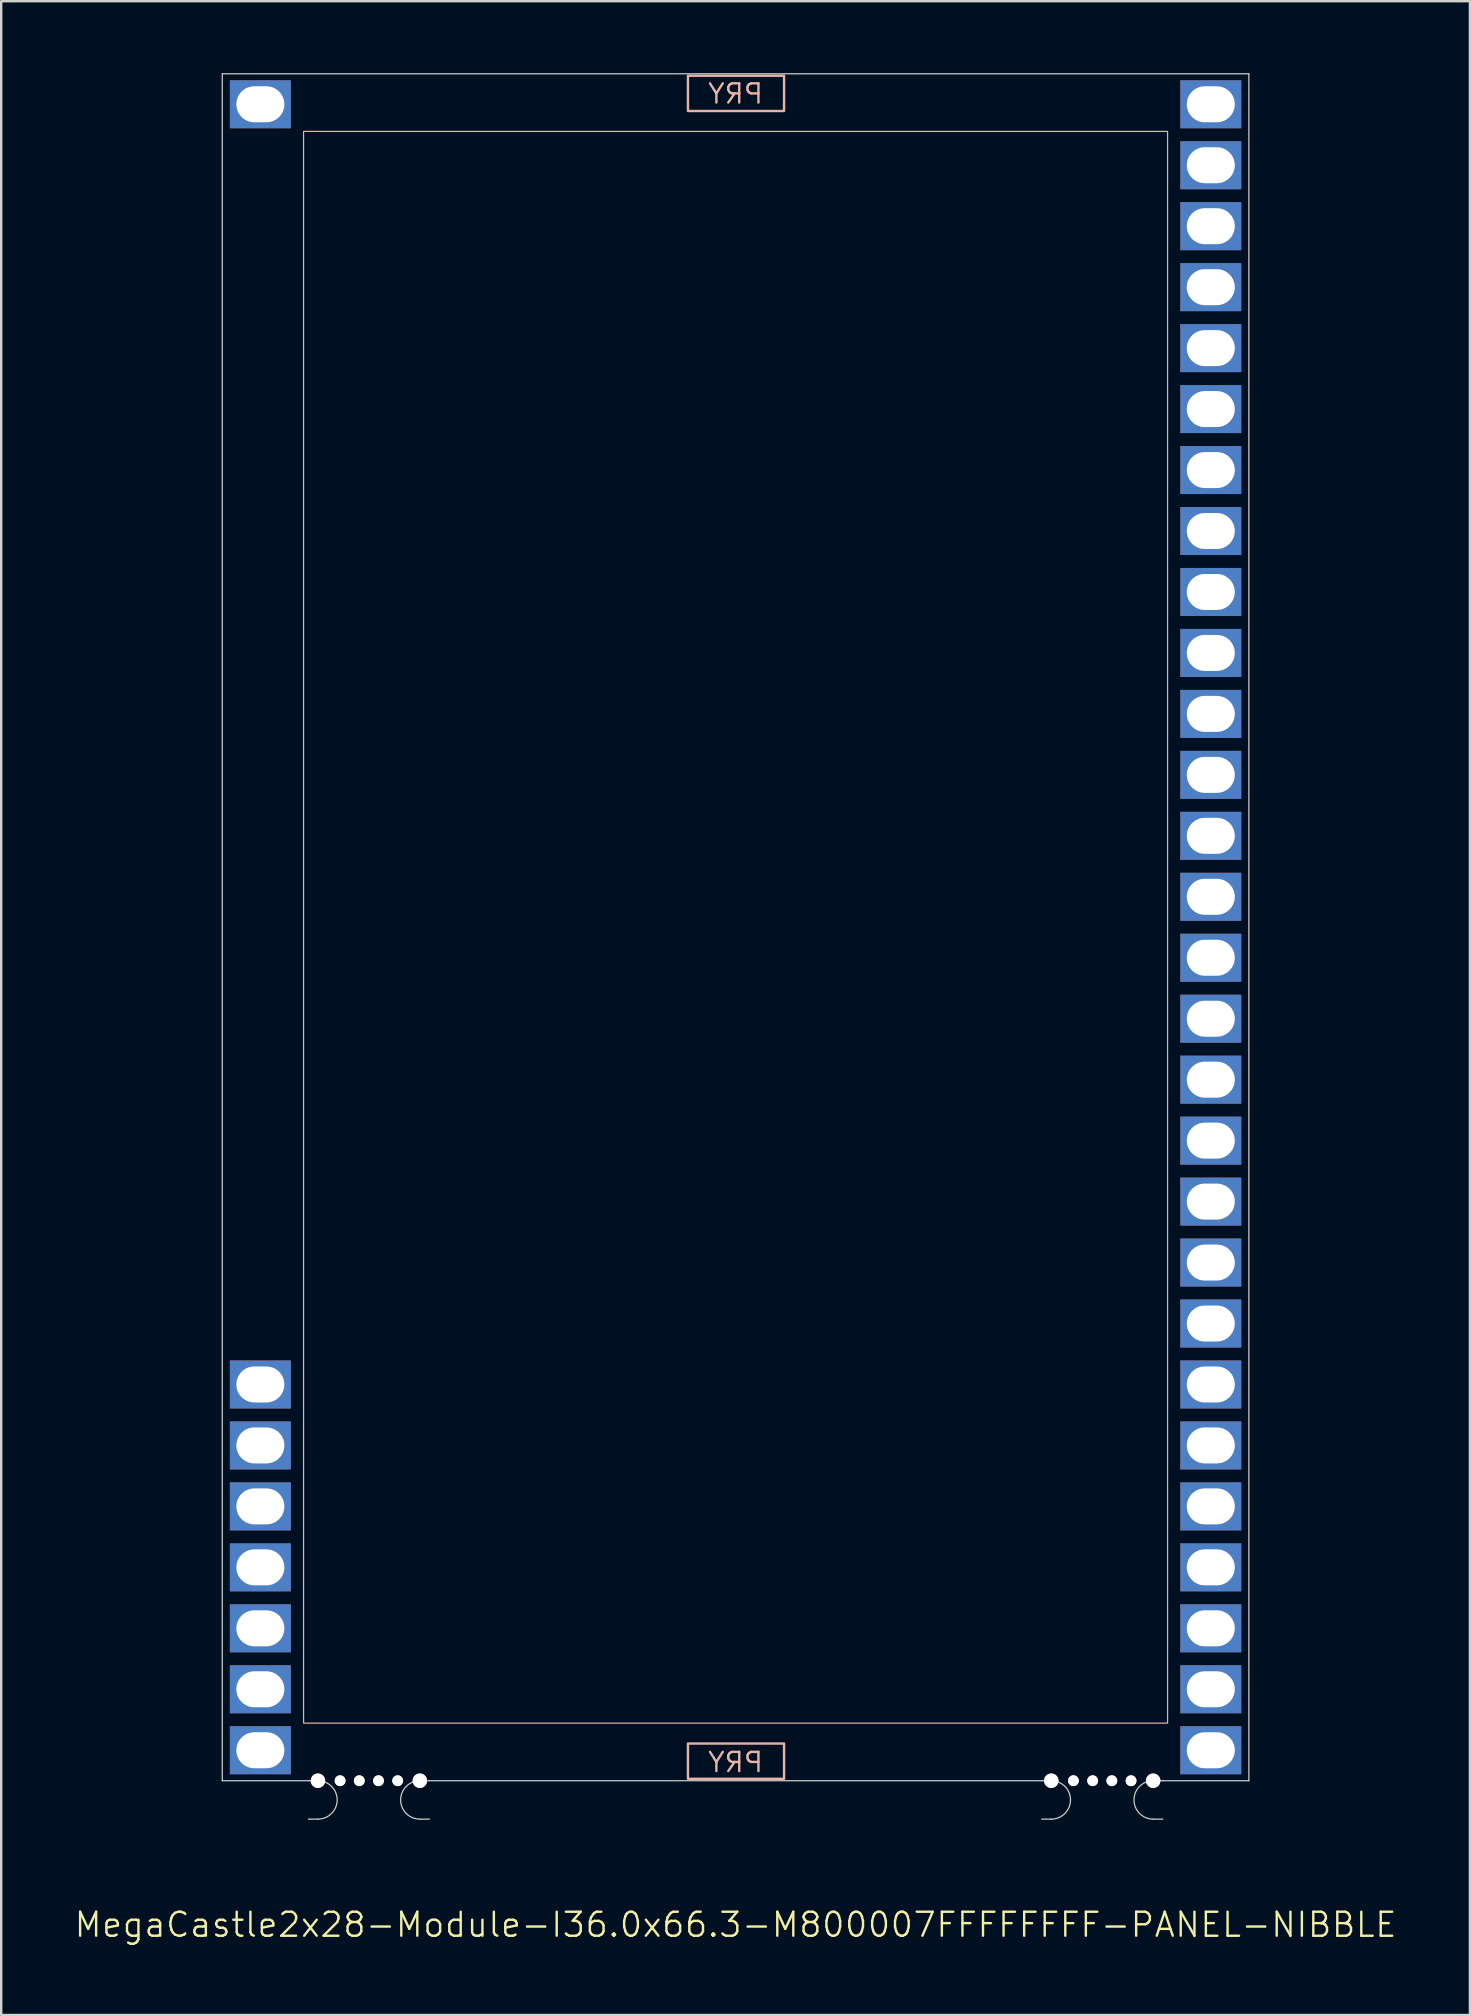
<source format=kicad_pcb>
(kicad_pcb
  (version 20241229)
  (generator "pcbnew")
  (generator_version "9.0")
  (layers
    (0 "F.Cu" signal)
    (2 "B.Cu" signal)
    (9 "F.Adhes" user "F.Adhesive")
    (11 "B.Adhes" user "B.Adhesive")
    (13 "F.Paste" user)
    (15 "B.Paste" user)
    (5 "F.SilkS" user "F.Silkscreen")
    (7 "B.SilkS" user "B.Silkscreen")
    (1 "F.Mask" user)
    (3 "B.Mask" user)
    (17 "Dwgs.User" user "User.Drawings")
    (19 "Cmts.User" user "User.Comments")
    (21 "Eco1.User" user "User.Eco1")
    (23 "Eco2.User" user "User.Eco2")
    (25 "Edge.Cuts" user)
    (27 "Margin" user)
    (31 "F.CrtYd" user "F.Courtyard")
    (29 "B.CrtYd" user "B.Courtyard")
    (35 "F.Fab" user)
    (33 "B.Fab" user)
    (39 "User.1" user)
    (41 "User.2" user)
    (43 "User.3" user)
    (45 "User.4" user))
  (footprint "MegaCastle2x28-Module-I36.0x66.3-M800007FFFFFFFF-PANEL-NIBBLE"
    (layer "F.Cu")
    (at 27.598 35.585)
    (property "Reference" "MegaCastle2x28-Module-I36.0x66.3-M800007FFFFFFFF-PANEL-NIBBLE" (at 0 41.56 0) (unlocked yes) (layer "F.SilkS") (effects (font (size 1 1) (thickness 0.1))))
    (attr smd)
    (fp_rect (start -18 33.16) (end 18 -33.16) (stroke (width 0.05) (type default)) (fill no) (layer "B.SilkS"))
    (fp_rect (start -1.984 -34.011) (end 2.02 -35.48) (stroke (width 0.1) (type default)) (fill no) (layer "B.SilkS"))
    (fp_rect (start -1.984 34.011) (end 2.02 35.48) (stroke (width 0.1) (type default)) (fill no) (layer "B.SilkS"))
    (fp_line (start -21.387 -35.56) (end -21.387 35.56) (stroke (width 0.05) (type default)) (layer "Edge.Cuts"))
    (fp_line (start -21.387 -35.56) (end 21.387 -35.56) (stroke (width 0.05) (type default)) (layer "Edge.Cuts"))
    (fp_line (start -21.387 35.56) (end -17.8 35.56) (stroke (width 0.05) (type default)) (layer "Edge.Cuts"))
    (fp_line (start -17.8 35.56) (end -17.4 35.56) (stroke (width 0.05) (type default)) (layer "Edge.Cuts"))
    (fp_line (start -17.8 37.16) (end -17.4 37.16) (stroke (width 0.05) (type default)) (layer "Edge.Cuts"))
    (fp_line (start -12.755 35.56) (end -13.155 35.56) (stroke (width 0.05) (type default)) (layer "Edge.Cuts"))
    (fp_line (start -12.755 35.56) (end 12.755 35.56) (stroke (width 0.05) (type default)) (layer "Edge.Cuts"))
    (fp_line (start -12.755 37.16) (end -13.155 37.16) (stroke (width 0.05) (type default)) (layer "Edge.Cuts"))
    (fp_line (start 12.755 35.56) (end 13.155 35.56) (stroke (width 0.05) (type default)) (layer "Edge.Cuts"))
    (fp_line (start 12.755 37.16) (end 13.155 37.16) (stroke (width 0.05) (type default)) (layer "Edge.Cuts"))
    (fp_line (start 17.8 35.56) (end 17.4 35.56) (stroke (width 0.05) (type default)) (layer "Edge.Cuts"))
    (fp_line (start 17.8 35.56) (end 21.387 35.56) (stroke (width 0.05) (type default)) (layer "Edge.Cuts"))
    (fp_line (start 17.8 37.16) (end 17.4 37.16) (stroke (width 0.05) (type default)) (layer "Edge.Cuts"))
    (fp_line (start 21.387 -35.56) (end 21.387 35.56) (stroke (width 0.05) (type default)) (layer "Edge.Cuts"))
    (fp_arc (start -17.4 35.560001) (mid -16.6 36.360001) (end -17.4 37.16) (stroke (width 0.05) (type default)) (layer "Edge.Cuts"))
    (fp_arc (start -13.155 37.16) (mid -13.954999 36.360001) (end -13.155 35.560001) (stroke (width 0.05) (type default)) (layer "Edge.Cuts"))
    (fp_arc (start 13.155001 35.560001) (mid 13.955 36.360001) (end 13.155001 37.16) (stroke (width 0.05) (type default)) (layer "Edge.Cuts"))
    (fp_arc (start 17.4 37.16) (mid 16.6 36.36) (end 17.4 35.560001) (stroke (width 0.05) (type default)) (layer "Edge.Cuts"))
    (fp_text user "PRY" (at 0 35.26 0) (unlocked yes) (layer "B.SilkS") (effects (font (size 0.8 0.8) (thickness 0.1)) (justify bottom mirror)))
    (fp_text user "PRY" (at 0 -34.26 0) (unlocked yes) (layer "B.SilkS") (effects (font (size 0.8 0.8) (thickness 0.1)) (justify bottom mirror)))
    (pad "" np_thru_hole circle (at -17.4 35.56) (size 0.6 0.6) (drill 0.6) (layers "*.Cu" "Edge.Cuts"))
    (pad "" np_thru_hole circle (at -16.478 35.56) (size 0.45 0.45) (drill 0.45) (layers "*.Cu" "Edge.Cuts"))
    (pad "" np_thru_hole circle (at -15.678 35.56) (size 0.45 0.45) (drill 0.45) (layers "*.Cu" "Edge.Cuts"))
    (pad "" np_thru_hole circle (at -14.878 35.56) (size 0.45 0.45) (drill 0.45) (layers "*.Cu" "Edge.Cuts"))
    (pad "" np_thru_hole circle (at -14.078 35.56) (size 0.45 0.45) (drill 0.45) (layers "*.Cu" "Edge.Cuts"))
    (pad "" np_thru_hole circle (at -13.155 35.56) (size 0.6 0.6) (drill 0.6) (layers "*.Cu" "Edge.Cuts"))
    (pad "" np_thru_hole circle (at 13.155 35.56) (size 0.6 0.6) (drill 0.6) (layers "*.Cu" "Edge.Cuts"))
    (pad "" np_thru_hole circle (at 14.078 35.56) (size 0.45 0.45) (drill 0.45) (layers "*.Cu" "Edge.Cuts"))
    (pad "" np_thru_hole circle (at 14.878 35.56) (size 0.45 0.45) (drill 0.45) (layers "*.Cu" "Edge.Cuts"))
    (pad "" np_thru_hole circle (at 15.678 35.56) (size 0.45 0.45) (drill 0.45) (layers "*.Cu" "Edge.Cuts"))
    (pad "" np_thru_hole circle (at 16.478 35.56) (size 0.45 0.45) (drill 0.45) (layers "*.Cu" "Edge.Cuts"))
    (pad "" np_thru_hole circle (at 17.4 35.56) (size 0.6 0.6) (drill 0.6) (layers "*.Cu" "Edge.Cuts"))
    (pad "1" thru_hole rect (at -19.8 -34.29) (size 2.54 2) (drill oval 2 1.5) (property pad_prop_castellated) (layers "*.Cu" "*.Mask"))
    (pad "22" thru_hole rect (at -19.8 19.05) (size 2.54 2) (drill oval 2 1.5) (property pad_prop_castellated) (layers "*.Cu" "*.Mask"))
    (pad "23" thru_hole rect (at -19.8 21.59) (size 2.54 2) (drill oval 2 1.5) (property pad_prop_castellated) (layers "*.Cu" "*.Mask"))
    (pad "24" thru_hole rect (at -19.8 24.13) (size 2.54 2) (drill oval 2 1.5) (property pad_prop_castellated) (layers "*.Cu" "*.Mask"))
    (pad "25" thru_hole rect (at -19.8 26.67) (size 2.54 2) (drill oval 2 1.5) (property pad_prop_castellated) (layers "*.Cu" "*.Mask"))
    (pad "26" thru_hole rect (at -19.8 29.21) (size 2.54 2) (drill oval 2 1.5) (property pad_prop_castellated) (layers "*.Cu" "*.Mask"))
    (pad "27" thru_hole rect (at -19.8 31.75) (size 2.54 2) (drill oval 2 1.5) (property pad_prop_castellated) (layers "*.Cu" "*.Mask"))
    (pad "28" thru_hole rect (at -19.8 34.29) (size 2.54 2) (drill oval 2 1.5) (property pad_prop_castellated) (layers "*.Cu" "*.Mask"))
    (pad "29" thru_hole rect (at 19.8 -34.29) (size 2.54 2) (drill oval 2 1.5) (property pad_prop_castellated) (layers "*.Cu" "*.Mask"))
    (pad "30" thru_hole rect (at 19.8 -31.75) (size 2.54 2) (drill oval 2 1.5) (property pad_prop_castellated) (layers "*.Cu" "*.Mask"))
    (pad "31" thru_hole rect (at 19.8 -29.21) (size 2.54 2) (drill oval 2 1.5) (property pad_prop_castellated) (layers "*.Cu" "*.Mask"))
    (pad "32" thru_hole rect (at 19.8 -26.67) (size 2.54 2) (drill oval 2 1.5) (property pad_prop_castellated) (layers "*.Cu" "*.Mask"))
    (pad "33" thru_hole rect (at 19.8 -24.13) (size 2.54 2) (drill oval 2 1.5) (property pad_prop_castellated) (layers "*.Cu" "*.Mask"))
    (pad "34" thru_hole rect (at 19.8 -21.59) (size 2.54 2) (drill oval 2 1.5) (property pad_prop_castellated) (layers "*.Cu" "*.Mask"))
    (pad "35" thru_hole rect (at 19.8 -19.05) (size 2.54 2) (drill oval 2 1.5) (property pad_prop_castellated) (layers "*.Cu" "*.Mask"))
    (pad "36" thru_hole rect (at 19.8 -16.51) (size 2.54 2) (drill oval 2 1.5) (property pad_prop_castellated) (layers "*.Cu" "*.Mask"))
    (pad "37" thru_hole rect (at 19.8 -13.97) (size 2.54 2) (drill oval 2 1.5) (property pad_prop_castellated) (layers "*.Cu" "*.Mask"))
    (pad "38" thru_hole rect (at 19.8 -11.43) (size 2.54 2) (drill oval 2 1.5) (property pad_prop_castellated) (layers "*.Cu" "*.Mask"))
    (pad "39" thru_hole rect (at 19.8 -8.89) (size 2.54 2) (drill oval 2 1.5) (property pad_prop_castellated) (layers "*.Cu" "*.Mask"))
    (pad "40" thru_hole rect (at 19.8 -6.35) (size 2.54 2) (drill oval 2 1.5) (property pad_prop_castellated) (layers "*.Cu" "*.Mask"))
    (pad "41" thru_hole rect (at 19.8 -3.81) (size 2.54 2) (drill oval 2 1.5) (property pad_prop_castellated) (layers "*.Cu" "*.Mask"))
    (pad "42" thru_hole rect (at 19.8 -1.27) (size 2.54 2) (drill oval 2 1.5) (property pad_prop_castellated) (layers "*.Cu" "*.Mask"))
    (pad "43" thru_hole rect (at 19.8 1.27) (size 2.54 2) (drill oval 2 1.5) (property pad_prop_castellated) (layers "*.Cu" "*.Mask"))
    (pad "44" thru_hole rect (at 19.8 3.81) (size 2.54 2) (drill oval 2 1.5) (property pad_prop_castellated) (layers "*.Cu" "*.Mask"))
    (pad "45" thru_hole rect (at 19.8 6.35) (size 2.54 2) (drill oval 2 1.5) (property pad_prop_castellated) (layers "*.Cu" "*.Mask"))
    (pad "46" thru_hole rect (at 19.8 8.89) (size 2.54 2) (drill oval 2 1.5) (property pad_prop_castellated) (layers "*.Cu" "*.Mask"))
    (pad "47" thru_hole rect (at 19.8 11.43) (size 2.54 2) (drill oval 2 1.5) (property pad_prop_castellated) (layers "*.Cu" "*.Mask"))
    (pad "48" thru_hole rect (at 19.8 13.97) (size 2.54 2) (drill oval 2 1.5) (property pad_prop_castellated) (layers "*.Cu" "*.Mask"))
    (pad "49" thru_hole rect (at 19.8 16.51) (size 2.54 2) (drill oval 2 1.5) (property pad_prop_castellated) (layers "*.Cu" "*.Mask"))
    (pad "50" thru_hole rect (at 19.8 19.05) (size 2.54 2) (drill oval 2 1.5) (property pad_prop_castellated) (layers "*.Cu" "*.Mask"))
    (pad "51" thru_hole rect (at 19.8 21.59) (size 2.54 2) (drill oval 2 1.5) (property pad_prop_castellated) (layers "*.Cu" "*.Mask"))
    (pad "52" thru_hole rect (at 19.8 24.13) (size 2.54 2) (drill oval 2 1.5) (property pad_prop_castellated) (layers "*.Cu" "*.Mask"))
    (pad "53" thru_hole rect (at 19.8 26.67) (size 2.54 2) (drill oval 2 1.5) (property pad_prop_castellated) (layers "*.Cu" "*.Mask"))
    (pad "54" thru_hole rect (at 19.8 29.21) (size 2.54 2) (drill oval 2 1.5) (property pad_prop_castellated) (layers "*.Cu" "*.Mask"))
    (pad "55" thru_hole rect (at 19.8 31.75) (size 2.54 2) (drill oval 2 1.5) (property pad_prop_castellated) (layers "*.Cu" "*.Mask"))
    (pad "56" thru_hole rect (at 19.8 34.29) (size 2.54 2) (drill oval 2 1.5) (property pad_prop_castellated) (layers "*.Cu" "*.Mask"))
    (zone (net_name "") (layer "B.Cu") (hatch edge 0.5) (connect_pads) (min_thickness 0.25) (filled_areas_thickness no) (keepout (tracks allowed) (vias allowed) (pads allowed) (copperpour allowed) (footprints not_allowed)) (placement (enabled no)) (fill) (polygon (pts (xy 7.798 71.145) (xy 7.798 0.025) (xy 9.598 0.025) (xy 9.598 71.145))))
    (zone (net_name "") (layer "B.Cu") (hatch edge 0.5) (connect_pads) (min_thickness 0.25) (filled_areas_thickness no) (keepout (tracks allowed) (vias allowed) (pads allowed) (copperpour allowed) (footprints not_allowed)) (placement (enabled no)) (fill) (polygon (pts (xy 9.598 0.025) (xy 9.598 2.425) (xy 45.598 2.425) (xy 45.598 0.025))))
    (zone (net_name "") (layer "B.Cu") (hatch edge 0.5) (connect_pads) (min_thickness 0.25) (filled_areas_thickness no) (keepout (tracks allowed) (vias allowed) (pads allowed) (copperpour allowed) (footprints not_allowed)) (placement (enabled no)) (fill) (polygon (pts (xy 9.598 71.145) (xy 9.598 68.745) (xy 45.598 68.745) (xy 45.598 71.145))))
    (zone (net_name "") (layer "B.Cu") (name "Upper Pry Zone") (hatch edge 0.5) (connect_pads) (min_thickness 0.25) (filled_areas_thickness no) (keepout (tracks not_allowed) (vias not_allowed) (pads not_allowed) (copperpour allowed) (footprints not_allowed)) (placement (enabled no)) (fill) (polygon (pts (xy 25.613 1.574) (xy 25.613 0.105) (xy 29.617 0.105) (xy 29.617 1.574))))
    (zone (net_name "") (layer "B.Cu") (name "Upper Pry Zone") (hatch edge 0.5) (connect_pads) (min_thickness 0.25) (filled_areas_thickness no) (keepout (tracks not_allowed) (vias not_allowed) (pads not_allowed) (copperpour allowed) (footprints not_allowed)) (placement (enabled no)) (fill) (polygon (pts (xy 25.613 69.596) (xy 25.613 71.065) (xy 29.617 71.065) (xy 29.617 69.596))))
    (zone (net_name "") (layer "B.Cu") (hatch edge 0.5) (connect_pads) (min_thickness 0.25) (filled_areas_thickness no) (keepout (tracks allowed) (vias allowed) (pads allowed) (copperpour allowed) (footprints not_allowed)) (placement (enabled no)) (fill) (polygon (pts (xy 47.398 71.145) (xy 47.398 0.025) (xy 45.598 0.025) (xy 45.598 71.145)))))
  (gr_rect
    (start -3 -3)
    (end 58.195 80.906)
    (stroke (width 0.1) (type default))
    (fill no)
    (layer "Edge.Cuts")))
</source>
